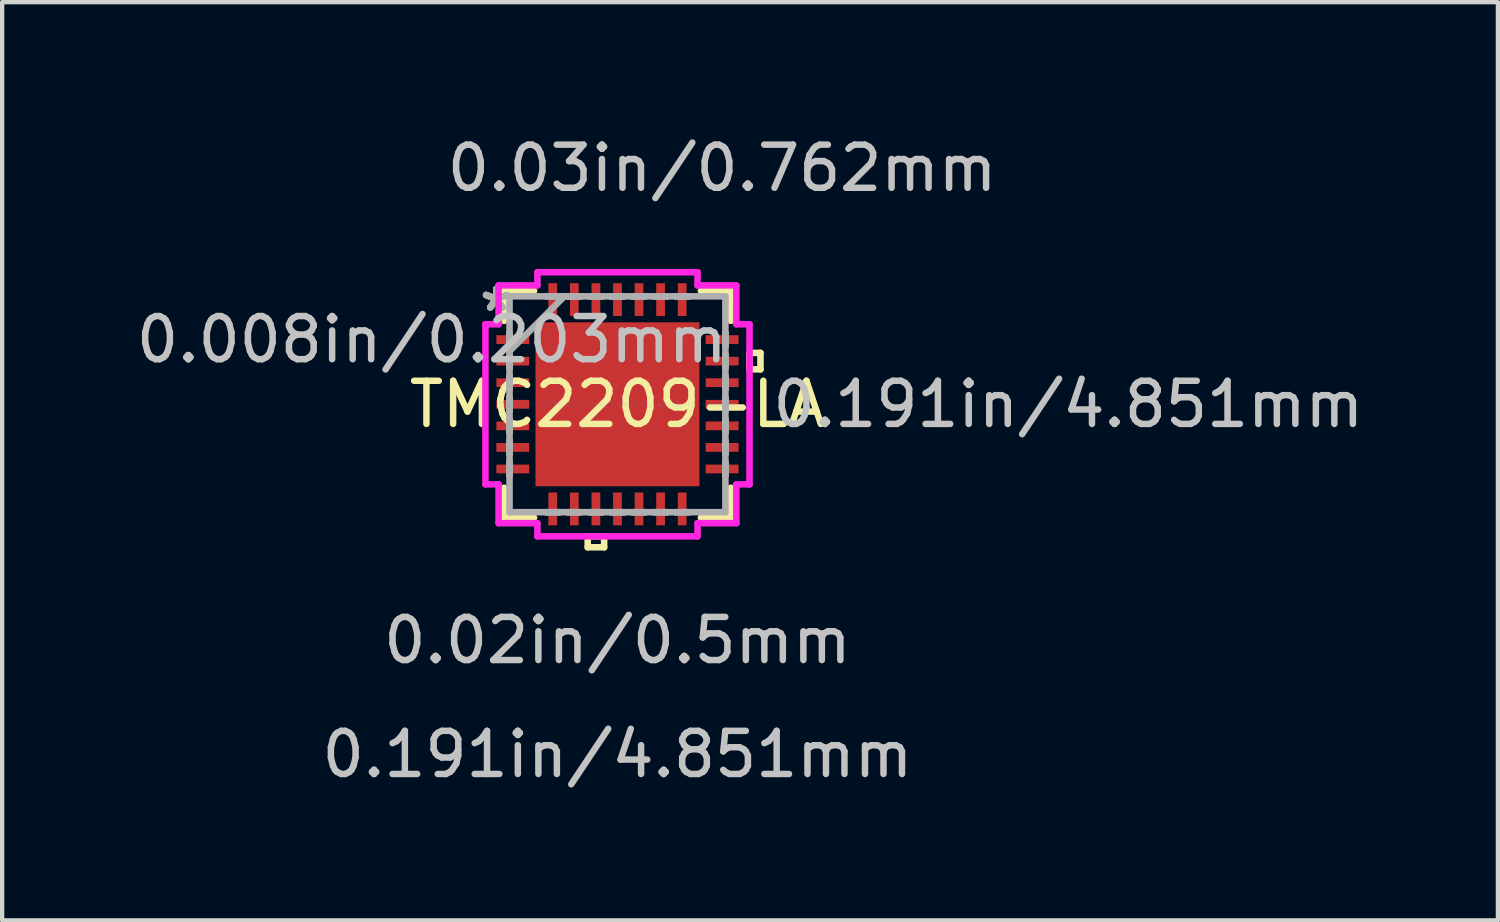
<source format=kicad_pcb>
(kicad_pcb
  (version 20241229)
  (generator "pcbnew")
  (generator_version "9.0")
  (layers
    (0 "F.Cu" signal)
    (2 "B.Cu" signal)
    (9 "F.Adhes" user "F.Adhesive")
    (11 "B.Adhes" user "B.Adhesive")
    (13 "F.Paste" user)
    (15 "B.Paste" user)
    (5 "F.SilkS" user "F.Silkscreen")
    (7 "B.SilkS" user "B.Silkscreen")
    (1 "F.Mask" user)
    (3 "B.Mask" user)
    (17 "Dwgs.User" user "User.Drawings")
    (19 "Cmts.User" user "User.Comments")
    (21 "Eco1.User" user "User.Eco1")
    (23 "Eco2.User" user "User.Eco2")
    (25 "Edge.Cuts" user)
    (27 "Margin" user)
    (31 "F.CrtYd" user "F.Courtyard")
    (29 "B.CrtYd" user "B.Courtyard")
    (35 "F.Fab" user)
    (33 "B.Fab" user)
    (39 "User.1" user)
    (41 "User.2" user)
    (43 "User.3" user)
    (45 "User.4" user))
  (footprint "TMC2209-LA"
    (layer "F.Cu")
    (at 11.264 6.322)
    (property "Reference" "TMC2209-LA" (at 0 0 0) (layer "F.SilkS") (effects (font (size 1 1) (thickness 0.15))))
    (attr smd)
    (fp_line (start -2.629 -2.629) (end -2.629 -1.934) (stroke (width 0.152) (type solid)) (layer "F.SilkS"))
    (fp_line (start -2.629 1.934) (end -2.629 2.629) (stroke (width 0.152) (type solid)) (layer "F.SilkS"))
    (fp_line (start -2.629 2.629) (end -1.934 2.629) (stroke (width 0.152) (type solid)) (layer "F.SilkS"))
    (fp_line (start -1.934 -2.629) (end -2.629 -2.629) (stroke (width 0.152) (type solid)) (layer "F.SilkS"))
    (fp_line (start -0.69 3.061) (end -0.69 3.315) (stroke (width 0.152) (type solid)) (layer "F.SilkS"))
    (fp_line (start -0.69 3.315) (end -0.309 3.315) (stroke (width 0.152) (type solid)) (layer "F.SilkS"))
    (fp_line (start -0.309 3.061) (end -0.69 3.061) (stroke (width 0.152) (type solid)) (layer "F.SilkS"))
    (fp_line (start -0.309 3.315) (end -0.309 3.061) (stroke (width 0.152) (type solid)) (layer "F.SilkS"))
    (fp_line (start 1.934 2.629) (end 2.629 2.629) (stroke (width 0.152) (type solid)) (layer "F.SilkS"))
    (fp_line (start 2.629 -2.629) (end 1.934 -2.629) (stroke (width 0.152) (type solid)) (layer "F.SilkS"))
    (fp_line (start 2.629 -1.934) (end 2.629 -2.629) (stroke (width 0.152) (type solid)) (layer "F.SilkS"))
    (fp_line (start 2.629 2.629) (end 2.629 1.934) (stroke (width 0.152) (type solid)) (layer "F.SilkS"))
    (fp_line (start 3.061 -1.191) (end 3.315 -1.191) (stroke (width 0.152) (type solid)) (layer "F.SilkS"))
    (fp_line (start 3.061 -0.81) (end 3.061 -1.191) (stroke (width 0.152) (type solid)) (layer "F.SilkS"))
    (fp_line (start 3.315 -1.191) (end 3.315 -0.81) (stroke (width 0.152) (type solid)) (layer "F.SilkS"))
    (fp_line (start 3.315 -0.81) (end 3.061 -0.81) (stroke (width 0.152) (type solid)) (layer "F.SilkS"))
    (fp_line (start -3.061 -1.856) (end -2.756 -1.856) (stroke (width 0.152) (type solid)) (layer "F.CrtYd"))
    (fp_line (start -3.061 1.856) (end -3.061 -1.856) (stroke (width 0.152) (type solid)) (layer "F.CrtYd"))
    (fp_line (start -2.756 -2.756) (end -1.856 -2.756) (stroke (width 0.152) (type solid)) (layer "F.CrtYd"))
    (fp_line (start -2.756 -1.856) (end -2.756 -2.756) (stroke (width 0.152) (type solid)) (layer "F.CrtYd"))
    (fp_line (start -2.756 1.856) (end -3.061 1.856) (stroke (width 0.152) (type solid)) (layer "F.CrtYd"))
    (fp_line (start -2.756 2.756) (end -2.756 1.856) (stroke (width 0.152) (type solid)) (layer "F.CrtYd"))
    (fp_line (start -1.856 -3.061) (end 1.856 -3.061) (stroke (width 0.152) (type solid)) (layer "F.CrtYd"))
    (fp_line (start -1.856 -2.756) (end -1.856 -3.061) (stroke (width 0.152) (type solid)) (layer "F.CrtYd"))
    (fp_line (start -1.856 2.756) (end -2.756 2.756) (stroke (width 0.152) (type solid)) (layer "F.CrtYd"))
    (fp_line (start -1.856 3.061) (end -1.856 2.756) (stroke (width 0.152) (type solid)) (layer "F.CrtYd"))
    (fp_line (start 1.856 -3.061) (end 1.856 -2.756) (stroke (width 0.152) (type solid)) (layer "F.CrtYd"))
    (fp_line (start 1.856 -2.756) (end 2.756 -2.756) (stroke (width 0.152) (type solid)) (layer "F.CrtYd"))
    (fp_line (start 1.856 2.756) (end 1.856 3.061) (stroke (width 0.152) (type solid)) (layer "F.CrtYd"))
    (fp_line (start 1.856 3.061) (end -1.856 3.061) (stroke (width 0.152) (type solid)) (layer "F.CrtYd"))
    (fp_line (start 2.756 -2.756) (end 2.756 -1.856) (stroke (width 0.152) (type solid)) (layer "F.CrtYd"))
    (fp_line (start 2.756 -1.856) (end 3.061 -1.856) (stroke (width 0.152) (type solid)) (layer "F.CrtYd"))
    (fp_line (start 2.756 1.856) (end 2.756 2.756) (stroke (width 0.152) (type solid)) (layer "F.CrtYd"))
    (fp_line (start 2.756 2.756) (end 1.856 2.756) (stroke (width 0.152) (type solid)) (layer "F.CrtYd"))
    (fp_line (start 3.061 -1.856) (end 3.061 1.856) (stroke (width 0.152) (type solid)) (layer "F.CrtYd"))
    (fp_line (start 3.061 1.856) (end 2.756 1.856) (stroke (width 0.152) (type solid)) (layer "F.CrtYd"))
    (fp_line (start -2.502 -2.502) (end -2.502 2.502) (stroke (width 0.152) (type solid)) (layer "F.Fab"))
    (fp_line (start -2.502 -1.652) (end -2.502 -1.652) (stroke (width 0.152) (type solid)) (layer "F.Fab"))
    (fp_line (start -2.502 -1.652) (end -2.502 -1.348) (stroke (width 0.152) (type solid)) (layer "F.Fab"))
    (fp_line (start -2.502 -1.348) (end -2.502 -1.652) (stroke (width 0.152) (type solid)) (layer "F.Fab"))
    (fp_line (start -2.502 -1.348) (end -2.502 -1.348) (stroke (width 0.152) (type solid)) (layer "F.Fab"))
    (fp_line (start -2.502 -1.232) (end -1.232 -2.502) (stroke (width 0.152) (type solid)) (layer "F.Fab"))
    (fp_line (start -2.502 -1.152) (end -2.502 -1.152) (stroke (width 0.152) (type solid)) (layer "F.Fab"))
    (fp_line (start -2.502 -1.152) (end -2.502 -0.848) (stroke (width 0.152) (type solid)) (layer "F.Fab"))
    (fp_line (start -2.502 -0.848) (end -2.502 -1.152) (stroke (width 0.152) (type solid)) (layer "F.Fab"))
    (fp_line (start -2.502 -0.848) (end -2.502 -0.848) (stroke (width 0.152) (type solid)) (layer "F.Fab"))
    (fp_line (start -2.502 -0.652) (end -2.502 -0.652) (stroke (width 0.152) (type solid)) (layer "F.Fab"))
    (fp_line (start -2.502 -0.652) (end -2.502 -0.348) (stroke (width 0.152) (type solid)) (layer "F.Fab"))
    (fp_line (start -2.502 -0.348) (end -2.502 -0.652) (stroke (width 0.152) (type solid)) (layer "F.Fab"))
    (fp_line (start -2.502 -0.348) (end -2.502 -0.348) (stroke (width 0.152) (type solid)) (layer "F.Fab"))
    (fp_line (start -2.502 -0.152) (end -2.502 -0.152) (stroke (width 0.152) (type solid)) (layer "F.Fab"))
    (fp_line (start -2.502 -0.152) (end -2.502 0.152) (stroke (width 0.152) (type solid)) (layer "F.Fab"))
    (fp_line (start -2.502 0.152) (end -2.502 -0.152) (stroke (width 0.152) (type solid)) (layer "F.Fab"))
    (fp_line (start -2.502 0.152) (end -2.502 0.152) (stroke (width 0.152) (type solid)) (layer "F.Fab"))
    (fp_line (start -2.502 0.348) (end -2.502 0.348) (stroke (width 0.152) (type solid)) (layer "F.Fab"))
    (fp_line (start -2.502 0.348) (end -2.502 0.652) (stroke (width 0.152) (type solid)) (layer "F.Fab"))
    (fp_line (start -2.502 0.652) (end -2.502 0.348) (stroke (width 0.152) (type solid)) (layer "F.Fab"))
    (fp_line (start -2.502 0.652) (end -2.502 0.652) (stroke (width 0.152) (type solid)) (layer "F.Fab"))
    (fp_line (start -2.502 0.848) (end -2.502 0.848) (stroke (width 0.152) (type solid)) (layer "F.Fab"))
    (fp_line (start -2.502 0.848) (end -2.502 1.152) (stroke (width 0.152) (type solid)) (layer "F.Fab"))
    (fp_line (start -2.502 1.152) (end -2.502 0.848) (stroke (width 0.152) (type solid)) (layer "F.Fab"))
    (fp_line (start -2.502 1.152) (end -2.502 1.152) (stroke (width 0.152) (type solid)) (layer "F.Fab"))
    (fp_line (start -2.502 1.348) (end -2.502 1.348) (stroke (width 0.152) (type solid)) (layer "F.Fab"))
    (fp_line (start -2.502 1.348) (end -2.502 1.652) (stroke (width 0.152) (type solid)) (layer "F.Fab"))
    (fp_line (start -2.502 1.652) (end -2.502 1.348) (stroke (width 0.152) (type solid)) (layer "F.Fab"))
    (fp_line (start -2.502 1.652) (end -2.502 1.652) (stroke (width 0.152) (type solid)) (layer "F.Fab"))
    (fp_line (start -2.502 2.502) (end 2.502 2.502) (stroke (width 0.152) (type solid)) (layer "F.Fab"))
    (fp_line (start -1.652 -2.502) (end -1.652 -2.502) (stroke (width 0.152) (type solid)) (layer "F.Fab"))
    (fp_line (start -1.652 -2.502) (end -1.348 -2.502) (stroke (width 0.152) (type solid)) (layer "F.Fab"))
    (fp_line (start -1.652 2.502) (end -1.652 2.502) (stroke (width 0.152) (type solid)) (layer "F.Fab"))
    (fp_line (start -1.652 2.502) (end -1.348 2.502) (stroke (width 0.152) (type solid)) (layer "F.Fab"))
    (fp_line (start -1.348 -2.502) (end -1.652 -2.502) (stroke (width 0.152) (type solid)) (layer "F.Fab"))
    (fp_line (start -1.348 -2.502) (end -1.348 -2.502) (stroke (width 0.152) (type solid)) (layer "F.Fab"))
    (fp_line (start -1.348 2.502) (end -1.652 2.502) (stroke (width 0.152) (type solid)) (layer "F.Fab"))
    (fp_line (start -1.348 2.502) (end -1.348 2.502) (stroke (width 0.152) (type solid)) (layer "F.Fab"))
    (fp_line (start -1.152 -2.502) (end -1.152 -2.502) (stroke (width 0.152) (type solid)) (layer "F.Fab"))
    (fp_line (start -1.152 -2.502) (end -0.848 -2.502) (stroke (width 0.152) (type solid)) (layer "F.Fab"))
    (fp_line (start -1.152 2.502) (end -1.152 2.502) (stroke (width 0.152) (type solid)) (layer "F.Fab"))
    (fp_line (start -1.152 2.502) (end -0.848 2.502) (stroke (width 0.152) (type solid)) (layer "F.Fab"))
    (fp_line (start -0.848 -2.502) (end -1.152 -2.502) (stroke (width 0.152) (type solid)) (layer "F.Fab"))
    (fp_line (start -0.848 -2.502) (end -0.848 -2.502) (stroke (width 0.152) (type solid)) (layer "F.Fab"))
    (fp_line (start -0.848 2.502) (end -1.152 2.502) (stroke (width 0.152) (type solid)) (layer "F.Fab"))
    (fp_line (start -0.848 2.502) (end -0.848 2.502) (stroke (width 0.152) (type solid)) (layer "F.Fab"))
    (fp_line (start -0.652 -2.502) (end -0.652 -2.502) (stroke (width 0.152) (type solid)) (layer "F.Fab"))
    (fp_line (start -0.652 -2.502) (end -0.348 -2.502) (stroke (width 0.152) (type solid)) (layer "F.Fab"))
    (fp_line (start -0.652 2.502) (end -0.652 2.502) (stroke (width 0.152) (type solid)) (layer "F.Fab"))
    (fp_line (start -0.652 2.502) (end -0.348 2.502) (stroke (width 0.152) (type solid)) (layer "F.Fab"))
    (fp_line (start -0.348 -2.502) (end -0.652 -2.502) (stroke (width 0.152) (type solid)) (layer "F.Fab"))
    (fp_line (start -0.348 -2.502) (end -0.348 -2.502) (stroke (width 0.152) (type solid)) (layer "F.Fab"))
    (fp_line (start -0.348 2.502) (end -0.652 2.502) (stroke (width 0.152) (type solid)) (layer "F.Fab"))
    (fp_line (start -0.348 2.502) (end -0.348 2.502) (stroke (width 0.152) (type solid)) (layer "F.Fab"))
    (fp_line (start -0.152 -2.502) (end -0.152 -2.502) (stroke (width 0.152) (type solid)) (layer "F.Fab"))
    (fp_line (start -0.152 -2.502) (end 0.152 -2.502) (stroke (width 0.152) (type solid)) (layer "F.Fab"))
    (fp_line (start -0.152 2.502) (end -0.152 2.502) (stroke (width 0.152) (type solid)) (layer "F.Fab"))
    (fp_line (start -0.152 2.502) (end 0.152 2.502) (stroke (width 0.152) (type solid)) (layer "F.Fab"))
    (fp_line (start 0.152 -2.502) (end -0.152 -2.502) (stroke (width 0.152) (type solid)) (layer "F.Fab"))
    (fp_line (start 0.152 -2.502) (end 0.152 -2.502) (stroke (width 0.152) (type solid)) (layer "F.Fab"))
    (fp_line (start 0.152 2.502) (end -0.152 2.502) (stroke (width 0.152) (type solid)) (layer "F.Fab"))
    (fp_line (start 0.152 2.502) (end 0.152 2.502) (stroke (width 0.152) (type solid)) (layer "F.Fab"))
    (fp_line (start 0.348 -2.502) (end 0.348 -2.502) (stroke (width 0.152) (type solid)) (layer "F.Fab"))
    (fp_line (start 0.348 -2.502) (end 0.652 -2.502) (stroke (width 0.152) (type solid)) (layer "F.Fab"))
    (fp_line (start 0.348 2.502) (end 0.348 2.502) (stroke (width 0.152) (type solid)) (layer "F.Fab"))
    (fp_line (start 0.348 2.502) (end 0.652 2.502) (stroke (width 0.152) (type solid)) (layer "F.Fab"))
    (fp_line (start 0.652 -2.502) (end 0.348 -2.502) (stroke (width 0.152) (type solid)) (layer "F.Fab"))
    (fp_line (start 0.652 -2.502) (end 0.652 -2.502) (stroke (width 0.152) (type solid)) (layer "F.Fab"))
    (fp_line (start 0.652 2.502) (end 0.348 2.502) (stroke (width 0.152) (type solid)) (layer "F.Fab"))
    (fp_line (start 0.652 2.502) (end 0.652 2.502) (stroke (width 0.152) (type solid)) (layer "F.Fab"))
    (fp_line (start 0.848 -2.502) (end 0.848 -2.502) (stroke (width 0.152) (type solid)) (layer "F.Fab"))
    (fp_line (start 0.848 -2.502) (end 1.152 -2.502) (stroke (width 0.152) (type solid)) (layer "F.Fab"))
    (fp_line (start 0.848 2.502) (end 0.848 2.502) (stroke (width 0.152) (type solid)) (layer "F.Fab"))
    (fp_line (start 0.848 2.502) (end 1.152 2.502) (stroke (width 0.152) (type solid)) (layer "F.Fab"))
    (fp_line (start 1.152 -2.502) (end 0.848 -2.502) (stroke (width 0.152) (type solid)) (layer "F.Fab"))
    (fp_line (start 1.152 -2.502) (end 1.152 -2.502) (stroke (width 0.152) (type solid)) (layer "F.Fab"))
    (fp_line (start 1.152 2.502) (end 0.848 2.502) (stroke (width 0.152) (type solid)) (layer "F.Fab"))
    (fp_line (start 1.152 2.502) (end 1.152 2.502) (stroke (width 0.152) (type solid)) (layer "F.Fab"))
    (fp_line (start 1.348 -2.502) (end 1.348 -2.502) (stroke (width 0.152) (type solid)) (layer "F.Fab"))
    (fp_line (start 1.348 -2.502) (end 1.652 -2.502) (stroke (width 0.152) (type solid)) (layer "F.Fab"))
    (fp_line (start 1.348 2.502) (end 1.348 2.502) (stroke (width 0.152) (type solid)) (layer "F.Fab"))
    (fp_line (start 1.348 2.502) (end 1.652 2.502) (stroke (width 0.152) (type solid)) (layer "F.Fab"))
    (fp_line (start 1.652 -2.502) (end 1.348 -2.502) (stroke (width 0.152) (type solid)) (layer "F.Fab"))
    (fp_line (start 1.652 -2.502) (end 1.652 -2.502) (stroke (width 0.152) (type solid)) (layer "F.Fab"))
    (fp_line (start 1.652 2.502) (end 1.348 2.502) (stroke (width 0.152) (type solid)) (layer "F.Fab"))
    (fp_line (start 1.652 2.502) (end 1.652 2.502) (stroke (width 0.152) (type solid)) (layer "F.Fab"))
    (fp_line (start 2.502 -2.502) (end -2.502 -2.502) (stroke (width 0.152) (type solid)) (layer "F.Fab"))
    (fp_line (start 2.502 -1.652) (end 2.502 -1.652) (stroke (width 0.152) (type solid)) (layer "F.Fab"))
    (fp_line (start 2.502 -1.652) (end 2.502 -1.348) (stroke (width 0.152) (type solid)) (layer "F.Fab"))
    (fp_line (start 2.502 -1.348) (end 2.502 -1.652) (stroke (width 0.152) (type solid)) (layer "F.Fab"))
    (fp_line (start 2.502 -1.348) (end 2.502 -1.348) (stroke (width 0.152) (type solid)) (layer "F.Fab"))
    (fp_line (start 2.502 -1.152) (end 2.502 -1.152) (stroke (width 0.152) (type solid)) (layer "F.Fab"))
    (fp_line (start 2.502 -1.152) (end 2.502 -0.848) (stroke (width 0.152) (type solid)) (layer "F.Fab"))
    (fp_line (start 2.502 -0.848) (end 2.502 -1.152) (stroke (width 0.152) (type solid)) (layer "F.Fab"))
    (fp_line (start 2.502 -0.848) (end 2.502 -0.848) (stroke (width 0.152) (type solid)) (layer "F.Fab"))
    (fp_line (start 2.502 -0.652) (end 2.502 -0.652) (stroke (width 0.152) (type solid)) (layer "F.Fab"))
    (fp_line (start 2.502 -0.652) (end 2.502 -0.348) (stroke (width 0.152) (type solid)) (layer "F.Fab"))
    (fp_line (start 2.502 -0.348) (end 2.502 -0.652) (stroke (width 0.152) (type solid)) (layer "F.Fab"))
    (fp_line (start 2.502 -0.348) (end 2.502 -0.348) (stroke (width 0.152) (type solid)) (layer "F.Fab"))
    (fp_line (start 2.502 -0.152) (end 2.502 -0.152) (stroke (width 0.152) (type solid)) (layer "F.Fab"))
    (fp_line (start 2.502 -0.152) (end 2.502 0.152) (stroke (width 0.152) (type solid)) (layer "F.Fab"))
    (fp_line (start 2.502 0.152) (end 2.502 -0.152) (stroke (width 0.152) (type solid)) (layer "F.Fab"))
    (fp_line (start 2.502 0.152) (end 2.502 0.152) (stroke (width 0.152) (type solid)) (layer "F.Fab"))
    (fp_line (start 2.502 0.348) (end 2.502 0.348) (stroke (width 0.152) (type solid)) (layer "F.Fab"))
    (fp_line (start 2.502 0.348) (end 2.502 0.652) (stroke (width 0.152) (type solid)) (layer "F.Fab"))
    (fp_line (start 2.502 0.652) (end 2.502 0.348) (stroke (width 0.152) (type solid)) (layer "F.Fab"))
    (fp_line (start 2.502 0.652) (end 2.502 0.652) (stroke (width 0.152) (type solid)) (layer "F.Fab"))
    (fp_line (start 2.502 0.848) (end 2.502 0.848) (stroke (width 0.152) (type solid)) (layer "F.Fab"))
    (fp_line (start 2.502 0.848) (end 2.502 1.152) (stroke (width 0.152) (type solid)) (layer "F.Fab"))
    (fp_line (start 2.502 1.152) (end 2.502 0.848) (stroke (width 0.152) (type solid)) (layer "F.Fab"))
    (fp_line (start 2.502 1.152) (end 2.502 1.152) (stroke (width 0.152) (type solid)) (layer "F.Fab"))
    (fp_line (start 2.502 1.348) (end 2.502 1.348) (stroke (width 0.152) (type solid)) (layer "F.Fab"))
    (fp_line (start 2.502 1.348) (end 2.502 1.652) (stroke (width 0.152) (type solid)) (layer "F.Fab"))
    (fp_line (start 2.502 1.652) (end 2.502 1.348) (stroke (width 0.152) (type solid)) (layer "F.Fab"))
    (fp_line (start 2.502 1.652) (end 2.502 1.652) (stroke (width 0.152) (type solid)) (layer "F.Fab"))
    (fp_line (start 2.502 2.502) (end 2.502 -2.502) (stroke (width 0.152) (type solid)) (layer "F.Fab"))
    (fp_text user "*" (at -2.807 -2.131 0) (layer "F.SilkS") (effects (font (size 1 1) (thickness 0.15))))
    (fp_text user "*" (at -2.807 -2.131 0) (layer "F.SilkS") (effects (font (size 1 1) (thickness 0.15))))
    (fp_text user "0.191in/4.851mm" (at 10.452 0 0) (layer "Dwgs.User") (effects (font (size 1 1) (thickness 0.15))))
    (fp_text user "0.02in/0.5mm" (at 0 5.474 0) (layer "Dwgs.User") (effects (font (size 1 1) (thickness 0.15))))
    (fp_text user "0.008in/0.203mm" (at -4.305 -1.5 0) (layer "Dwgs.User") (effects (font (size 1 1) (thickness 0.15))))
    (fp_text user "0.191in/4.851mm" (at 0 8.115 0) (layer "Dwgs.User") (effects (font (size 1 1) (thickness 0.15))))
    (fp_text user "0.03in/0.762mm" (at 2.426 -5.474 0) (layer "Dwgs.User") (effects (font (size 1 1) (thickness 0.15))))
    (fp_text user "Copyright 2016 Accelerated Designs. All rights reserved." (at 0 0 0) (layer "Cmts.User") (effects (font (size 0.127 0.127) (thickness 0.002))))
    (fp_text user "*" (at -2.807 -2.131 0) (layer "F.Fab") (effects (font (size 1 1) (thickness 0.15))))
    (fp_text user "*" (at -2.807 -2.131 0) (layer "F.Fab") (effects (font (size 1 1) (thickness 0.15))))
    (pad "1" smd rect (at -2.426 -1.5 90) (size 0.203 0.762) (layers "F.Cu" "F.Mask" "F.Paste"))
    (pad "2" smd rect (at -2.426 -1 90) (size 0.203 0.762) (layers "F.Cu" "F.Mask" "F.Paste"))
    (pad "3" smd rect (at -2.426 -0.5 90) (size 0.203 0.762) (layers "F.Cu" "F.Mask" "F.Paste"))
    (pad "4" smd rect (at -2.426 0 90) (size 0.203 0.762) (layers "F.Cu" "F.Mask" "F.Paste"))
    (pad "5" smd rect (at -2.426 0.5 90) (size 0.203 0.762) (layers "F.Cu" "F.Mask" "F.Paste"))
    (pad "6" smd rect (at -2.426 1 90) (size 0.203 0.762) (layers "F.Cu" "F.Mask" "F.Paste"))
    (pad "7" smd rect (at -2.426 1.5 90) (size 0.203 0.762) (layers "F.Cu" "F.Mask" "F.Paste"))
    (pad "8" smd rect (at -1.5 2.426) (size 0.203 0.762) (layers "F.Cu" "F.Mask" "F.Paste"))
    (pad "9" smd rect (at -1 2.426) (size 0.203 0.762) (layers "F.Cu" "F.Mask" "F.Paste"))
    (pad "10" smd rect (at -0.5 2.426) (size 0.203 0.762) (layers "F.Cu" "F.Mask" "F.Paste"))
    (pad "11" smd rect (at 0 2.426) (size 0.203 0.762) (layers "F.Cu" "F.Mask" "F.Paste"))
    (pad "12" smd rect (at 0.5 2.426) (size 0.203 0.762) (layers "F.Cu" "F.Mask" "F.Paste"))
    (pad "13" smd rect (at 1 2.426) (size 0.203 0.762) (layers "F.Cu" "F.Mask" "F.Paste"))
    (pad "14" smd rect (at 1.5 2.426) (size 0.203 0.762) (layers "F.Cu" "F.Mask" "F.Paste"))
    (pad "15" smd rect (at 2.426 1.5 90) (size 0.203 0.762) (layers "F.Cu" "F.Mask" "F.Paste"))
    (pad "16" smd rect (at 2.426 1 90) (size 0.203 0.762) (layers "F.Cu" "F.Mask" "F.Paste"))
    (pad "17" smd rect (at 2.426 0.5 90) (size 0.203 0.762) (layers "F.Cu" "F.Mask" "F.Paste"))
    (pad "18" smd rect (at 2.426 0 90) (size 0.203 0.762) (layers "F.Cu" "F.Mask" "F.Paste"))
    (pad "19" smd rect (at 2.426 -0.5 90) (size 0.203 0.762) (layers "F.Cu" "F.Mask" "F.Paste"))
    (pad "20" smd rect (at 2.426 -1 90) (size 0.203 0.762) (layers "F.Cu" "F.Mask" "F.Paste"))
    (pad "21" smd rect (at 2.426 -1.5 90) (size 0.203 0.762) (layers "F.Cu" "F.Mask" "F.Paste"))
    (pad "22" smd rect (at 1.5 -2.426) (size 0.203 0.762) (layers "F.Cu" "F.Mask" "F.Paste"))
    (pad "23" smd rect (at 1 -2.426) (size 0.203 0.762) (layers "F.Cu" "F.Mask" "F.Paste"))
    (pad "24" smd rect (at 0.5 -2.426) (size 0.203 0.762) (layers "F.Cu" "F.Mask" "F.Paste"))
    (pad "25" smd rect (at 0 -2.426) (size 0.203 0.762) (layers "F.Cu" "F.Mask" "F.Paste"))
    (pad "26" smd rect (at -0.5 -2.426) (size 0.203 0.762) (layers "F.Cu" "F.Mask" "F.Paste"))
    (pad "27" smd rect (at -1 -2.426) (size 0.203 0.762) (layers "F.Cu" "F.Mask" "F.Paste"))
    (pad "28" smd rect (at -1.5 -2.426) (size 0.203 0.762) (layers "F.Cu" "F.Mask" "F.Paste"))
    (pad "29" smd rect (at 0 0) (size 3.8 3.8) (layers "F.Cu" "F.Mask" "F.Paste")))
  (gr_rect
    (start -3 -3)
    (end 31.674 18.285)
    (stroke (width 0.1) (type default))
    (fill no)
    (layer "Edge.Cuts")))
</source>
